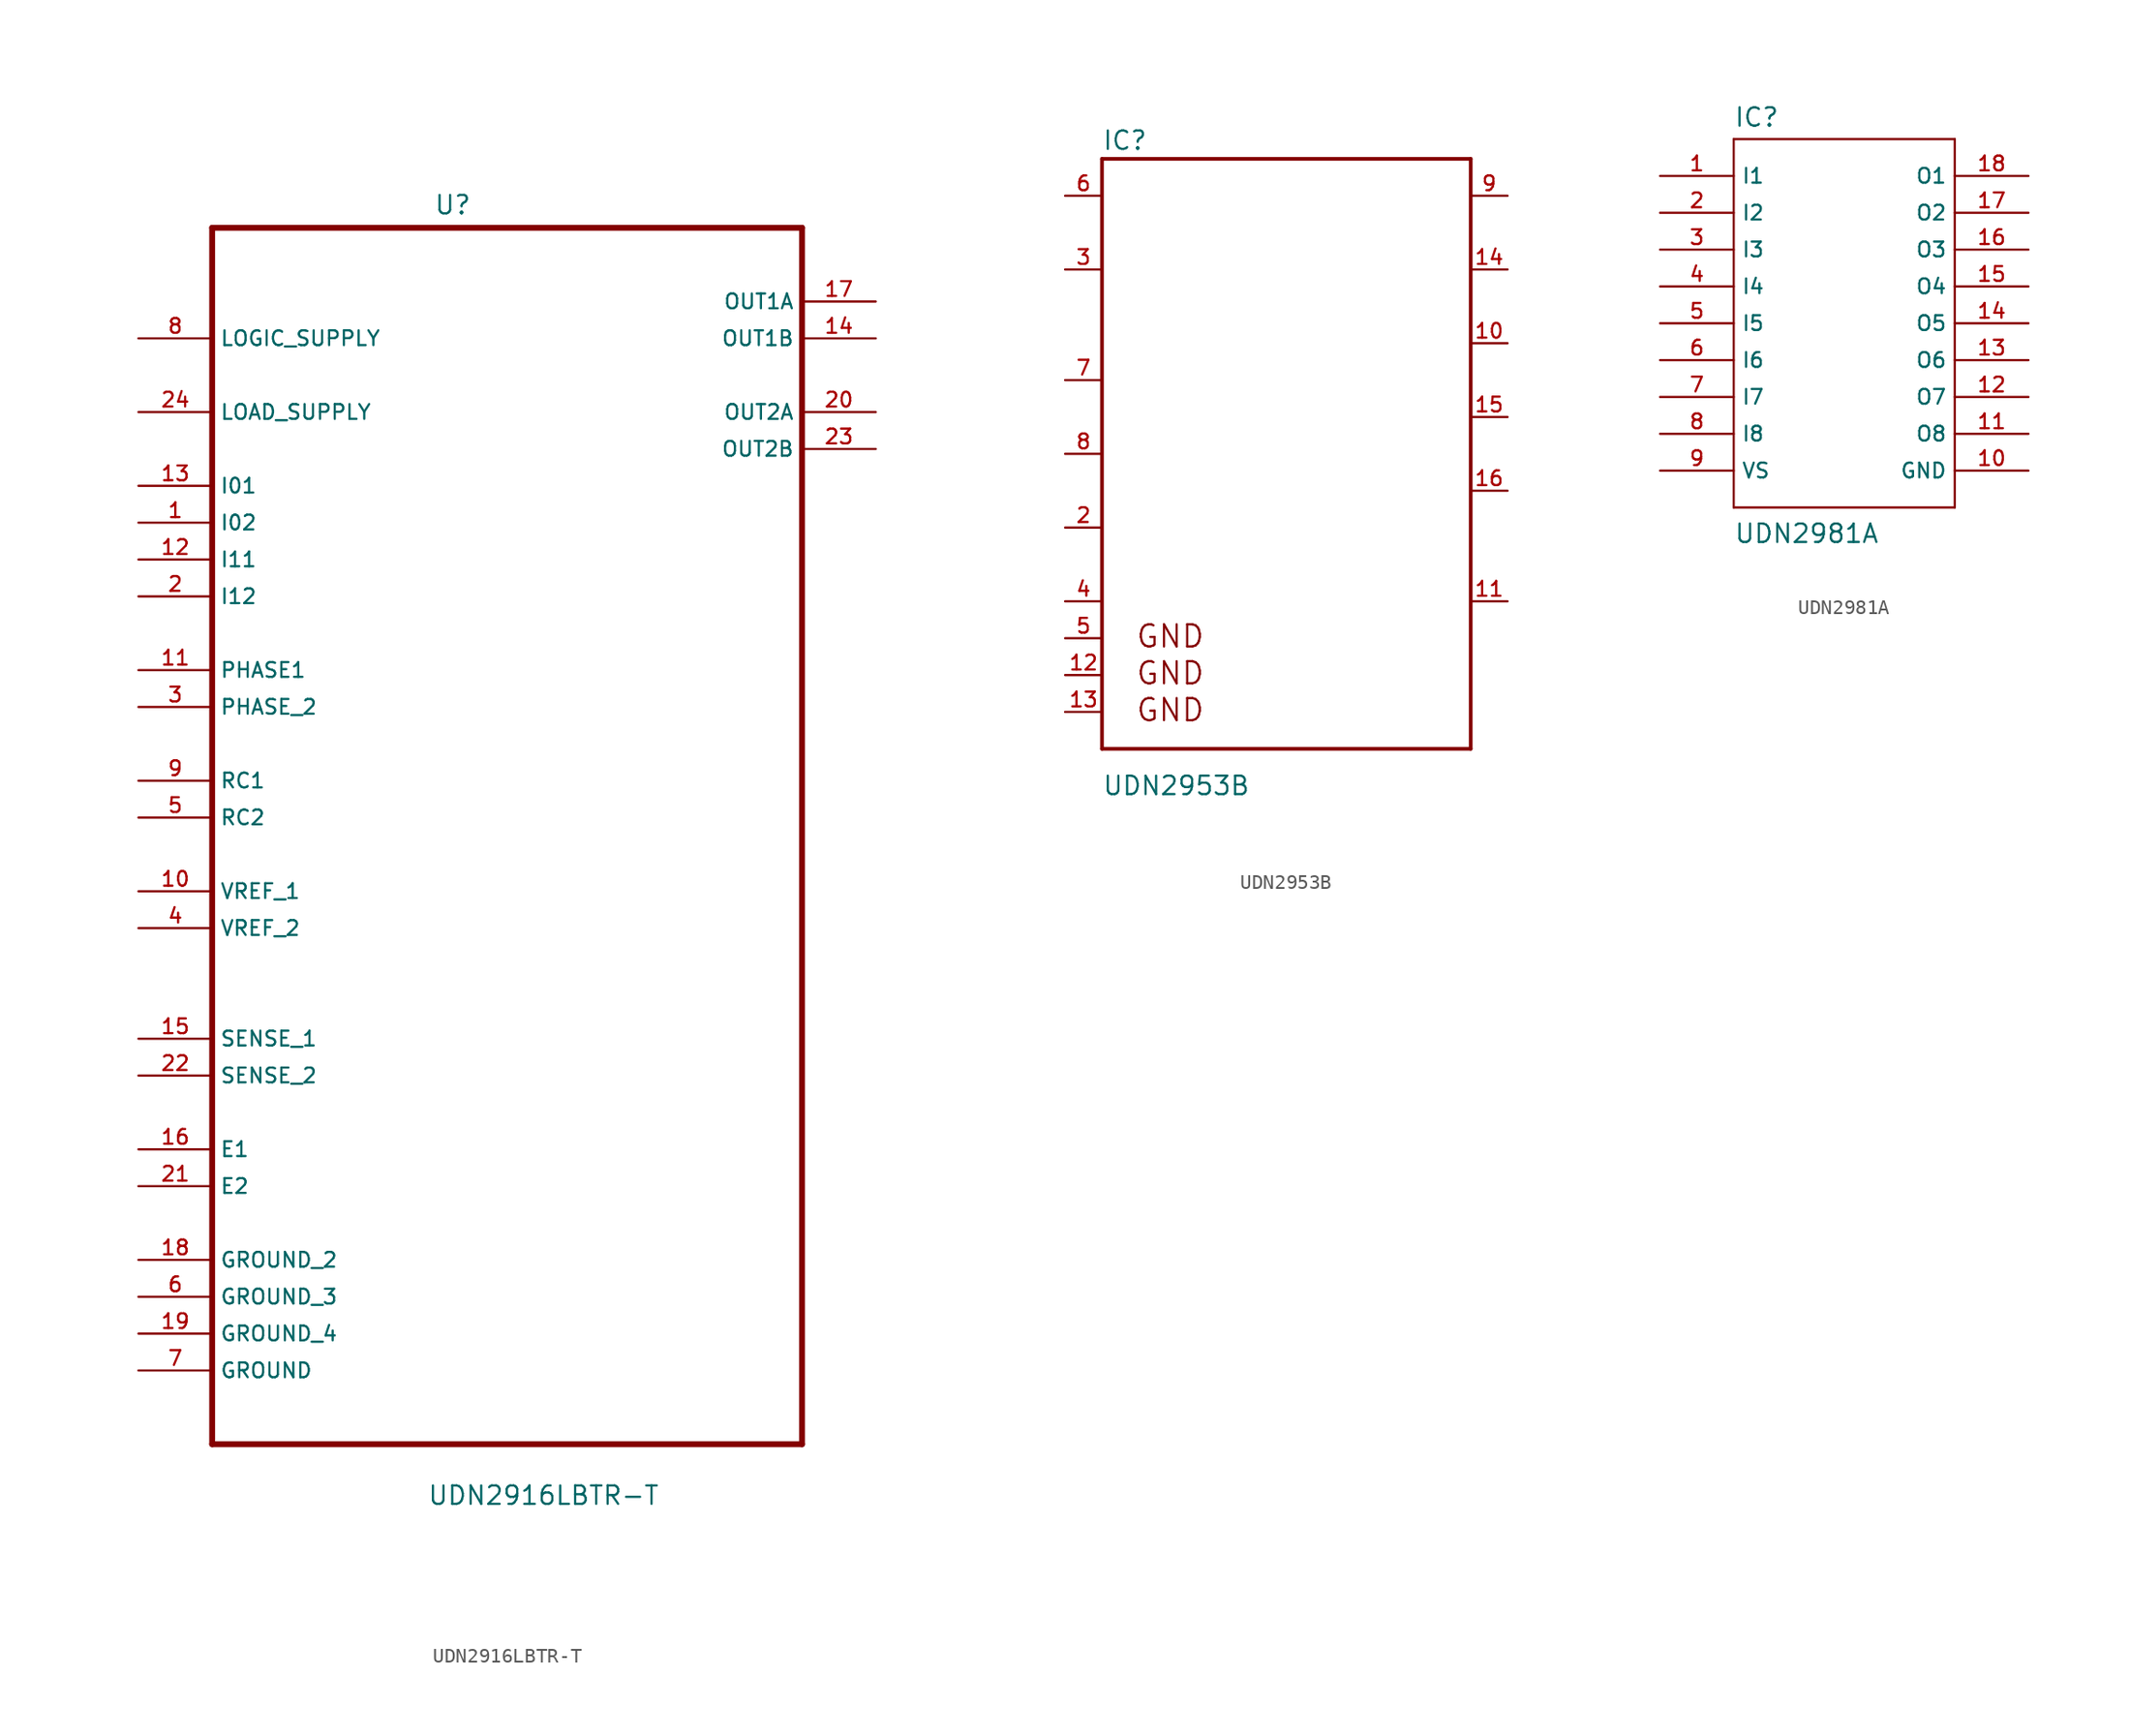
<source format=kicad_sym>
(kicad_symbol_lib
  (version 20201005)
  (generator kicad_symbol_editor)
  (symbol "Zimprich:UDN2916LBTR-T"
    (property "Reference" "U"
      (at -5.055 39.675 0)
      (effects (font (size 1.27 1.27)) (justify left)))
    (property "Value" "UDN2916LBTR-T"
      (at -5.512 -49.251 0)
      (effects (font (size 1.27 1.27)) (justify left)))
    (property "ki_locked" ""
      (at 0 0 0)
      (effects (font (size 1.27 1.27))))
    (symbol "UDN2916LBTR-T_0_0"
      (polyline (pts (xy -20.32 -45.72) (xy 20.32 -45.72)) (stroke (width 0.406)) (fill (type none)))
      (polyline (pts (xy -20.32 38.1) (xy -20.32 -45.72)) (stroke (width 0.406)) (fill (type none)))
      (polyline (pts (xy 20.32 -45.72) (xy 20.32 38.1)) (stroke (width 0.406)) (fill (type none)))
      (polyline (pts (xy 20.32 38.1) (xy -20.32 38.1)) (stroke (width 0.406)) (fill (type none)))
      (pin input line (at -25.4 17.78 0) (length 5.08) (name "I02" (effects (font (size 1.016 1.016)))) (number "1" (effects (font (size 1.016 1.016)))))
      (pin input line (at -25.4 -7.62 0) (length 5.08) (name "VREF_1" (effects (font (size 1.016 1.016)))) (number "10" (effects (font (size 1.016 1.016)))))
      (pin input line (at -25.4 7.62 0) (length 5.08) (name "PHASE1" (effects (font (size 1.016 1.016)))) (number "11" (effects (font (size 1.016 1.016)))))
      (pin input line (at -25.4 15.24 0) (length 5.08) (name "I11" (effects (font (size 1.016 1.016)))) (number "12" (effects (font (size 1.016 1.016)))))
      (pin passive line (at -25.4 20.32 0) (length 5.08) (name "I01" (effects (font (size 1.016 1.016)))) (number "13" (effects (font (size 1.016 1.016)))))
      (pin output line (at 25.4 30.48 180) (length 5.08) (name "OUT1B" (effects (font (size 1.016 1.016)))) (number "14" (effects (font (size 1.016 1.016)))))
      (pin input line (at -25.4 -17.78 0) (length 5.08) (name "SENSE_1" (effects (font (size 1.016 1.016)))) (number "15" (effects (font (size 1.016 1.016)))))
      (pin input line (at -25.4 -25.4 0) (length 5.08) (name "E1" (effects (font (size 1.016 1.016)))) (number "16" (effects (font (size 1.016 1.016)))))
      (pin output line (at 25.4 33.02 180) (length 5.08) (name "OUT1A" (effects (font (size 1.016 1.016)))) (number "17" (effects (font (size 1.016 1.016)))))
      (pin passive line (at -25.4 -33.02 0) (length 5.08) (name "GROUND_2" (effects (font (size 1.016 1.016)))) (number "18" (effects (font (size 1.016 1.016)))))
      (pin passive line (at -25.4 -38.1 0) (length 5.08) (name "GROUND_4" (effects (font (size 1.016 1.016)))) (number "19" (effects (font (size 1.016 1.016)))))
      (pin input line (at -25.4 12.7 0) (length 5.08) (name "I12" (effects (font (size 1.016 1.016)))) (number "2" (effects (font (size 1.016 1.016)))))
      (pin output line (at 25.4 25.4 180) (length 5.08) (name "OUT2A" (effects (font (size 1.016 1.016)))) (number "20" (effects (font (size 1.016 1.016)))))
      (pin input line (at -25.4 -27.94 0) (length 5.08) (name "E2" (effects (font (size 1.016 1.016)))) (number "21" (effects (font (size 1.016 1.016)))))
      (pin input line (at -25.4 -20.32 0) (length 5.08) (name "SENSE_2" (effects (font (size 1.016 1.016)))) (number "22" (effects (font (size 1.016 1.016)))))
      (pin output line (at 25.4 22.86 180) (length 5.08) (name "OUT2B" (effects (font (size 1.016 1.016)))) (number "23" (effects (font (size 1.016 1.016)))))
      (pin input line (at -25.4 25.4 0) (length 5.08) (name "LOAD_SUPPLY" (effects (font (size 1.016 1.016)))) (number "24" (effects (font (size 1.016 1.016)))))
      (pin input line (at -25.4 5.08 0) (length 5.08) (name "PHASE_2" (effects (font (size 1.016 1.016)))) (number "3" (effects (font (size 1.016 1.016)))))
      (pin input line (at -25.4 -10.16 0) (length 5.08) (name "VREF_2" (effects (font (size 1.016 1.016)))) (number "4" (effects (font (size 1.016 1.016)))))
      (pin input line (at -25.4 -2.54 0) (length 5.08) (name "RC2" (effects (font (size 1.016 1.016)))) (number "5" (effects (font (size 1.016 1.016)))))
      (pin passive line (at -25.4 -35.56 0) (length 5.08) (name "GROUND_3" (effects (font (size 1.016 1.016)))) (number "6" (effects (font (size 1.016 1.016)))))
      (pin passive line (at -25.4 -40.64 0) (length 5.08) (name "GROUND" (effects (font (size 1.016 1.016)))) (number "7" (effects (font (size 1.016 1.016)))))
      (pin input line (at -25.4 30.48 0) (length 5.08) (name "LOGIC_SUPPLY" (effects (font (size 1.016 1.016)))) (number "8" (effects (font (size 1.016 1.016)))))
      (pin input line (at -25.4 0 0) (length 5.08) (name "RC1" (effects (font (size 1.016 1.016)))) (number "9" (effects (font (size 1.016 1.016)))))))
  (symbol "Zimprich:UDN2953B"
    (pin_names hide)
    (property "Reference" "IC"
      (at -12.7 16.51 0)
      (effects (font (size 1.27 1.27)) (justify left)))
    (property "Value" "UDN2953B"
      (at -12.7 -27.94 0)
      (effects (font (size 1.27 1.27)) (justify left)))
    (property "ki_locked" ""
      (at 0 0 0)
      (effects (font (size 1.27 1.27))))
    (symbol "UDN2953B_0_0"
      (text "GND" (at -10.414 -23.622 0) (effects (font (size 1.524 1.524)) (justify left bottom)))
      (text "GND" (at -10.414 -21.082 0) (effects (font (size 1.524 1.524)) (justify left bottom)))
      (text "GND" (at -10.414 -18.542 0) (effects (font (size 1.524 1.524)) (justify left bottom)))
      (polyline (pts (xy -12.7 -25.4) (xy -12.7 15.24)) (stroke (width 0.254)) (fill (type none)))
      (polyline (pts (xy -12.7 15.24) (xy 12.7 15.24)) (stroke (width 0.254)) (fill (type none)))
      (polyline (pts (xy 12.7 -25.4) (xy -12.7 -25.4)) (stroke (width 0.254)) (fill (type none)))
      (polyline (pts (xy 12.7 15.24) (xy 12.7 -25.4)) (stroke (width 0.254)) (fill (type none)))
      (pin output line (at 15.24 2.54 180) (length 2.54) (name "OUTA" (effects (font (size 1.016 1.016)))) (number "10" (effects (font (size 1.016 1.016)))))
      (pin input line (at 15.24 -15.24 180) (length 2.54) (name "SENSE" (effects (font (size 1.016 1.016)))) (number "11" (effects (font (size 1.016 1.016)))))
      (pin input line (at -15.24 -20.32 0) (length 2.54) (name "GND@2" (effects (font (size 1.016 1.016)))) (number "12" (effects (font (size 1.016 1.016)))))
      (pin input line (at -15.24 -22.86 0) (length 2.54) (name "GND@3" (effects (font (size 1.016 1.016)))) (number "13" (effects (font (size 1.016 1.016)))))
      (pin input line (at 15.24 7.62 180) (length 2.54) (name "A" (effects (font (size 1.016 1.016)))) (number "14" (effects (font (size 1.016 1.016)))))
      (pin output line (at 15.24 -2.54 180) (length 2.54) (name "OUTB" (effects (font (size 1.016 1.016)))) (number "15" (effects (font (size 1.016 1.016)))))
      (pin input line (at 15.24 -7.62 180) (length 2.54) (name "K" (effects (font (size 1.016 1.016)))) (number "16" (effects (font (size 1.016 1.016)))))
      (pin input line (at -15.24 -10.16 0) (length 2.54) (name "VREF/!BREAK" (effects (font (size 1.016 1.016)))) (number "2" (effects (font (size 1.016 1.016)))))
      (pin input line (at -15.24 7.62 0) (length 2.54) (name "RC" (effects (font (size 1.016 1.016)))) (number "3" (effects (font (size 1.016 1.016)))))
      (pin input line (at -15.24 -15.24 0) (length 2.54) (name "GND" (effects (font (size 1.016 1.016)))) (number "4" (effects (font (size 1.016 1.016)))))
      (pin input line (at -15.24 -17.78 0) (length 2.54) (name "GND@1" (effects (font (size 1.016 1.016)))) (number "5" (effects (font (size 1.016 1.016)))))
      (pin input line (at -15.24 12.7 0) (length 2.54) (name "VCC" (effects (font (size 1.016 1.016)))) (number "6" (effects (font (size 1.016 1.016)))))
      (pin input line (at -15.24 0 0) (length 2.54) (name "PHASE" (effects (font (size 1.016 1.016)))) (number "7" (effects (font (size 1.016 1.016)))))
      (pin input line (at -15.24 -5.08 0) (length 2.54) (name "!OE" (effects (font (size 1.016 1.016)))) (number "8" (effects (font (size 1.016 1.016)))))
      (pin input line (at 15.24 12.7 180) (length 2.54) (name "VBB" (effects (font (size 1.016 1.016)))) (number "9" (effects (font (size 1.016 1.016)))))))
  (symbol "Zimprich:UDN2981A"
    (property "Reference" "IC"
      (at -7.62 13.462 0)
      (effects (font (size 1.27 1.27)) (justify left bottom)))
    (property "Value" "UDN2981A"
      (at -7.62 -15.24 0)
      (effects (font (size 1.27 1.27)) (justify left bottom)))
    (property "Datasheet" ""
      (at 0 0 0)
      (effects (font (size 1.524 1.524))))
    (property "ki_locked" ""
      (at 0 0 0)
      (effects (font (size 1.27 1.27))))
    (symbol "UDN2981A_1_0"
      (polyline (pts (xy -7.62 12.7) (xy -7.62 -12.7)) (stroke (width 0)) (fill (type none)))
      (polyline (pts (xy -7.62 12.7) (xy 7.62 12.7)) (stroke (width 0)) (fill (type none)))
      (polyline (pts (xy 7.62 -12.7) (xy -7.62 -12.7)) (stroke (width 0)) (fill (type none)))
      (polyline (pts (xy 7.62 -12.7) (xy 7.62 12.7)) (stroke (width 0)) (fill (type none))))
    (symbol "UDN2981A_1_1"
      (pin input line (at -12.7 10.16 0) (length 5.08) (name "I1" (effects (font (size 1.016 1.016)))) (number "1" (effects (font (size 1.016 1.016)))))
      (pin power_in line (at 12.7 -10.16 180) (length 5.08) (name "GND" (effects (font (size 1.016 1.016)))) (number "10" (effects (font (size 1.016 1.016)))))
      (pin open_collector line (at 12.7 -7.62 180) (length 5.08) (name "O8" (effects (font (size 1.016 1.016)))) (number "11" (effects (font (size 1.016 1.016)))))
      (pin open_collector line (at 12.7 -5.08 180) (length 5.08) (name "O7" (effects (font (size 1.016 1.016)))) (number "12" (effects (font (size 1.016 1.016)))))
      (pin open_collector line (at 12.7 -2.54 180) (length 5.08) (name "O6" (effects (font (size 1.016 1.016)))) (number "13" (effects (font (size 1.016 1.016)))))
      (pin open_collector line (at 12.7 0 180) (length 5.08) (name "O5" (effects (font (size 1.016 1.016)))) (number "14" (effects (font (size 1.016 1.016)))))
      (pin open_collector line (at 12.7 2.54 180) (length 5.08) (name "O4" (effects (font (size 1.016 1.016)))) (number "15" (effects (font (size 1.016 1.016)))))
      (pin open_collector line (at 12.7 5.08 180) (length 5.08) (name "O3" (effects (font (size 1.016 1.016)))) (number "16" (effects (font (size 1.016 1.016)))))
      (pin open_collector line (at 12.7 7.62 180) (length 5.08) (name "O2" (effects (font (size 1.016 1.016)))) (number "17" (effects (font (size 1.016 1.016)))))
      (pin open_collector line (at 12.7 10.16 180) (length 5.08) (name "O1" (effects (font (size 1.016 1.016)))) (number "18" (effects (font (size 1.016 1.016)))))
      (pin input line (at -12.7 7.62 0) (length 5.08) (name "I2" (effects (font (size 1.016 1.016)))) (number "2" (effects (font (size 1.016 1.016)))))
      (pin input line (at -12.7 5.08 0) (length 5.08) (name "I3" (effects (font (size 1.016 1.016)))) (number "3" (effects (font (size 1.016 1.016)))))
      (pin input line (at -12.7 2.54 0) (length 5.08) (name "I4" (effects (font (size 1.016 1.016)))) (number "4" (effects (font (size 1.016 1.016)))))
      (pin input line (at -12.7 0 0) (length 5.08) (name "I5" (effects (font (size 1.016 1.016)))) (number "5" (effects (font (size 1.016 1.016)))))
      (pin input line (at -12.7 -2.54 0) (length 5.08) (name "I6" (effects (font (size 1.016 1.016)))) (number "6" (effects (font (size 1.016 1.016)))))
      (pin input line (at -12.7 -5.08 0) (length 5.08) (name "I7" (effects (font (size 1.016 1.016)))) (number "7" (effects (font (size 1.016 1.016)))))
      (pin input line (at -12.7 -7.62 0) (length 5.08) (name "I8" (effects (font (size 1.016 1.016)))) (number "8" (effects (font (size 1.016 1.016)))))
      (pin passive line (at -12.7 -10.16 0) (length 5.08) (name "VS" (effects (font (size 1.016 1.016)))) (number "9" (effects (font (size 1.016 1.016))))))))
</source>
